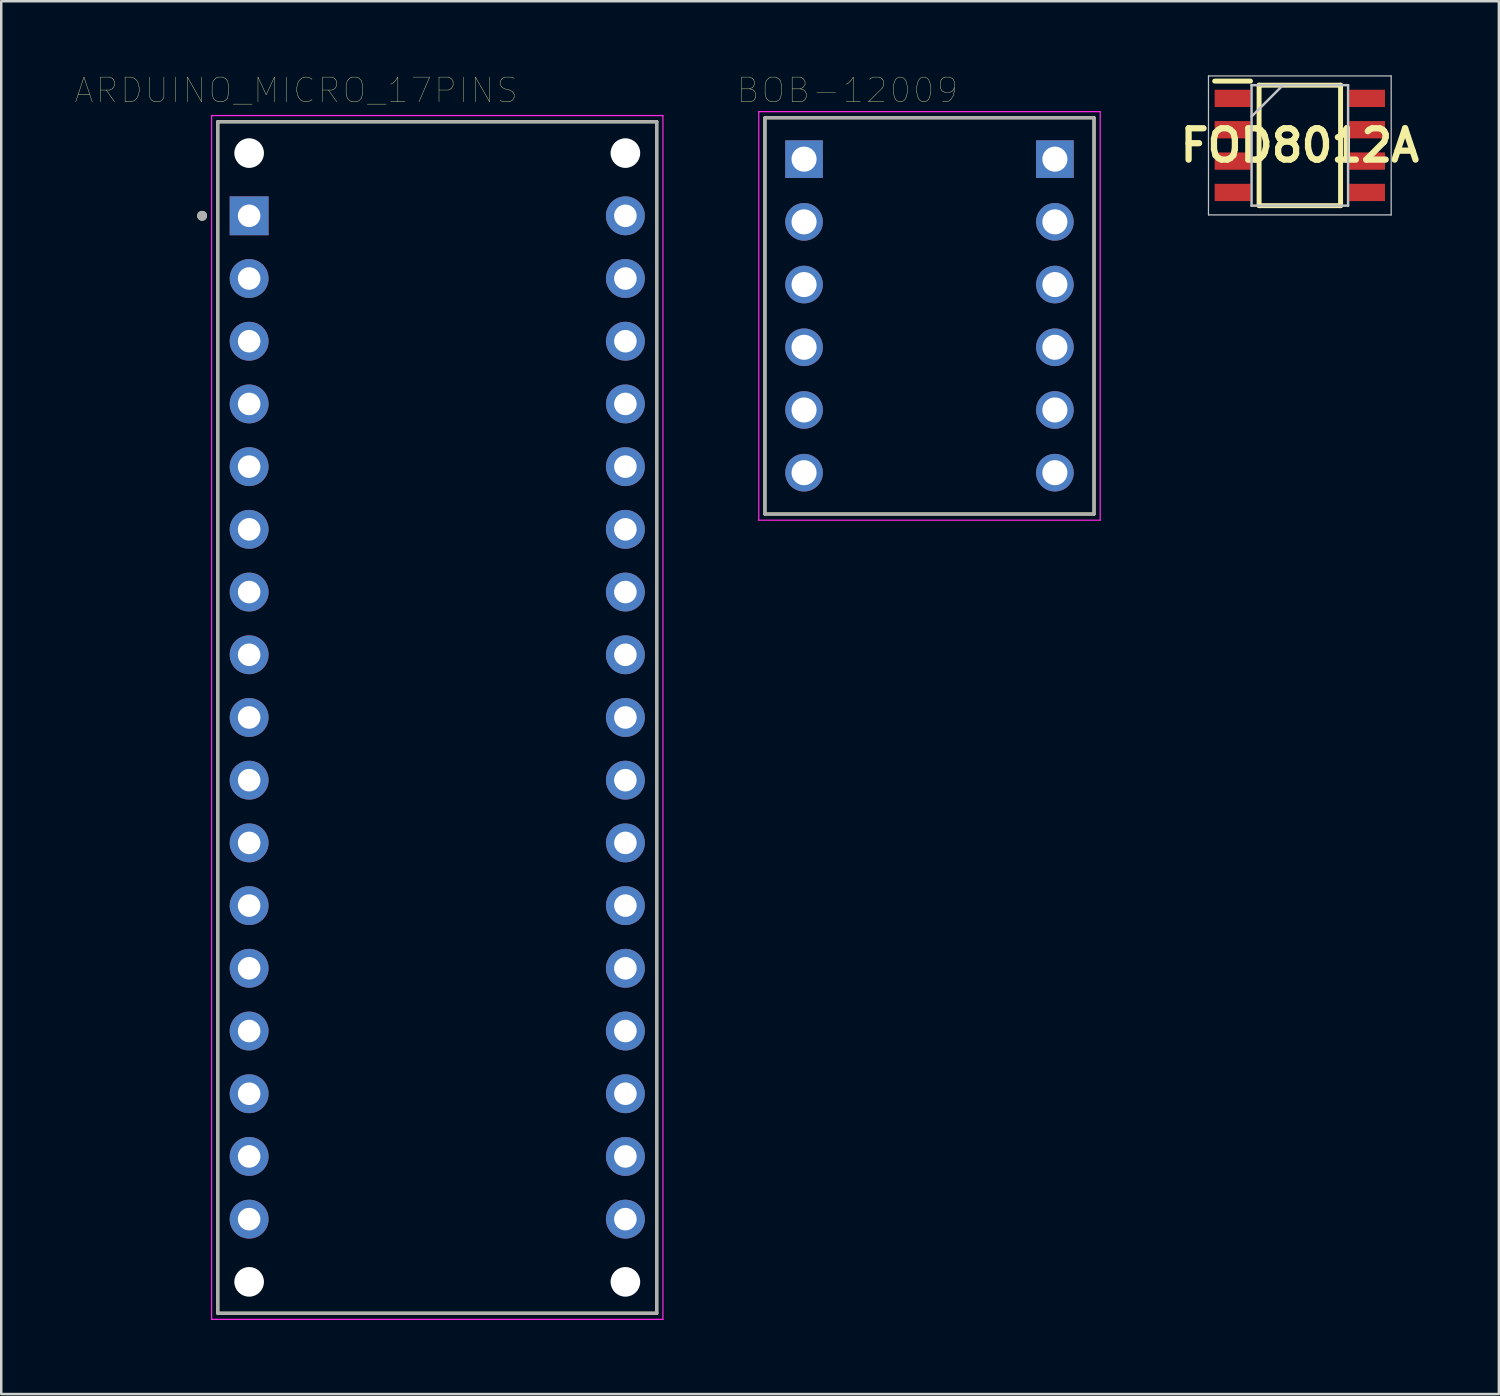
<source format=kicad_pcb>
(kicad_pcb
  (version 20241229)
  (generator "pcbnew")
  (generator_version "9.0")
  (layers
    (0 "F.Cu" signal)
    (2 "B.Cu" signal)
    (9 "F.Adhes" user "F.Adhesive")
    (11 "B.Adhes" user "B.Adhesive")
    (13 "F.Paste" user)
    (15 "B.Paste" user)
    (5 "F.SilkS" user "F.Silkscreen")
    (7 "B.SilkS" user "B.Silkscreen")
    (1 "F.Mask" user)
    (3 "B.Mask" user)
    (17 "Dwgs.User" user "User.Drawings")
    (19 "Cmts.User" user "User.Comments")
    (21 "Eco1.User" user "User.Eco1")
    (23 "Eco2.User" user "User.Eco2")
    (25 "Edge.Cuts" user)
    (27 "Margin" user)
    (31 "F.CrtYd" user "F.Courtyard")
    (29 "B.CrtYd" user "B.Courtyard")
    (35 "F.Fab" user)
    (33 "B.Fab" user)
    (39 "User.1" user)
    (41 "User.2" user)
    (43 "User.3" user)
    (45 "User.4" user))
  (footprint "BOB-12009"
    (layer "F.Cu")
    (at 34.598 9.746)
    (property "Reference" "BOB-12009" (at -3.325 -9.135 0) (layer "F.SilkS") (effects (font (size 1 1) (thickness 0.015))))
    (attr through_hole)
    (fp_line (start -6.665 -8.025) (end 6.665 -8.025) (stroke (width 0.127) (type solid)) (layer "F.SilkS"))
    (fp_line (start -6.665 8.025) (end -6.665 -8.025) (stroke (width 0.127) (type solid)) (layer "F.SilkS"))
    (fp_line (start 6.665 -8.025) (end 6.665 8.025) (stroke (width 0.127) (type solid)) (layer "F.SilkS"))
    (fp_line (start 6.665 8.025) (end -6.665 8.025) (stroke (width 0.127) (type solid)) (layer "F.SilkS"))
    (fp_line (start -6.915 -8.275) (end -6.915 8.275) (stroke (width 0.05) (type solid)) (layer "F.CrtYd"))
    (fp_line (start -6.915 8.275) (end 6.915 8.275) (stroke (width 0.05) (type solid)) (layer "F.CrtYd"))
    (fp_line (start 6.915 -8.275) (end -6.915 -8.275) (stroke (width 0.05) (type solid)) (layer "F.CrtYd"))
    (fp_line (start 6.915 8.275) (end 6.915 -8.275) (stroke (width 0.05) (type solid)) (layer "F.CrtYd"))
    (fp_line (start -6.665 -8.025) (end 6.665 -8.025) (stroke (width 0.127) (type solid)) (layer "F.Fab"))
    (fp_line (start -6.665 8.025) (end -6.665 -8.025) (stroke (width 0.127) (type solid)) (layer "F.Fab"))
    (fp_line (start 6.665 -8.025) (end 6.665 8.025) (stroke (width 0.127) (type solid)) (layer "F.Fab"))
    (fp_line (start 6.665 8.025) (end -6.665 8.025) (stroke (width 0.127) (type solid)) (layer "F.Fab"))
    (pad "GND_1" thru_hole circle (at 5.08 1.27) (size 1.524 1.524) (drill 1.016) (layers "*.Cu" "*.Mask"))
    (pad "GND_2" thru_hole circle (at -5.08 1.27) (size 1.524 1.524) (drill 1.016) (layers "*.Cu" "*.Mask"))
    (pad "HV" thru_hole circle (at 5.08 -1.27) (size 1.524 1.524) (drill 1.016) (layers "*.Cu" "*.Mask"))
    (pad "HV1" thru_hole rect (at 5.08 -6.35) (size 1.524 1.524) (drill 1.016) (layers "*.Cu" "*.Mask"))
    (pad "HV2" thru_hole circle (at 5.08 -3.81) (size 1.524 1.524) (drill 1.016) (layers "*.Cu" "*.Mask"))
    (pad "HV3" thru_hole circle (at 5.08 3.81) (size 1.524 1.524) (drill 1.016) (layers "*.Cu" "*.Mask"))
    (pad "HV4" thru_hole circle (at 5.08 6.35) (size 1.524 1.524) (drill 1.016) (layers "*.Cu" "*.Mask"))
    (pad "LV" thru_hole circle (at -5.08 -1.27) (size 1.524 1.524) (drill 1.016) (layers "*.Cu" "*.Mask"))
    (pad "LV1" thru_hole rect (at -5.08 -6.35) (size 1.524 1.524) (drill 1.016) (layers "*.Cu" "*.Mask"))
    (pad "LV2" thru_hole circle (at -5.08 -3.81) (size 1.524 1.524) (drill 1.016) (layers "*.Cu" "*.Mask"))
    (pad "LV3" thru_hole circle (at -5.08 3.81) (size 1.524 1.524) (drill 1.016) (layers "*.Cu" "*.Mask"))
    (pad "LV4" thru_hole circle (at -5.08 6.35) (size 1.524 1.524) (drill 1.016) (layers "*.Cu" "*.Mask")))
  (footprint "ARDUINO_MICRO_17PINS"
    (layer "F.Cu")
    (at 14.661 26.011)
    (property "Reference" "ARDUINO_MICRO_17PINS" (at -5.715 -25.4 0) (layer "F.SilkS") (effects (font (size 1 1) (thickness 0.015))))
    (attr through_hole)
    (fp_line (start -8.89 -24.13) (end 8.89 -24.13) (stroke (width 0.127) (type solid)) (layer "F.SilkS"))
    (fp_line (start -8.89 24.13) (end -8.89 -24.13) (stroke (width 0.127) (type solid)) (layer "F.SilkS"))
    (fp_line (start -8.89 24.13) (end 8.89 24.13) (stroke (width 0.127) (type solid)) (layer "F.SilkS"))
    (fp_line (start 8.89 24.13) (end 8.89 -24.13) (stroke (width 0.127) (type solid)) (layer "F.SilkS"))
    (fp_circle (center -9.525 -20.32) (end -9.425 -20.32) (stroke (width 0.2) (type solid)) (fill no) (layer "F.SilkS"))
    (fp_line (start -9.14 -24.38) (end 9.14 -24.38) (stroke (width 0.05) (type solid)) (layer "F.CrtYd"))
    (fp_line (start -9.14 24.38) (end -9.14 -24.38) (stroke (width 0.05) (type solid)) (layer "F.CrtYd"))
    (fp_line (start -9.14 24.38) (end 9.14 24.38) (stroke (width 0.05) (type solid)) (layer "F.CrtYd"))
    (fp_line (start 9.14 24.38) (end 9.14 -24.38) (stroke (width 0.05) (type solid)) (layer "F.CrtYd"))
    (fp_line (start -8.89 -24.13) (end 8.89 -24.13) (stroke (width 0.127) (type solid)) (layer "F.Fab"))
    (fp_line (start -8.89 24.13) (end -8.89 -24.13) (stroke (width 0.127) (type solid)) (layer "F.Fab"))
    (fp_line (start -8.89 24.13) (end 8.89 24.13) (stroke (width 0.127) (type solid)) (layer "F.Fab"))
    (fp_line (start 8.89 24.13) (end 8.89 -24.13) (stroke (width 0.127) (type solid)) (layer "F.Fab"))
    (fp_circle (center -9.525 -20.32) (end -9.425 -20.32) (stroke (width 0.2) (type solid)) (fill no) (layer "F.Fab"))
    (pad "" np_thru_hole circle (at -7.62 -22.86) (size 1.2 1.2) (drill 1.2) (layers "*.Cu" "*.Mask"))
    (pad "" np_thru_hole circle (at -7.62 22.86) (size 1.2 1.2) (drill 1.2) (layers "*.Cu" "*.Mask"))
    (pad "" np_thru_hole circle (at 7.62 -22.86) (size 1.2 1.2) (drill 1.2) (layers "*.Cu" "*.Mask"))
    (pad "" np_thru_hole circle (at 7.62 22.86) (size 1.2 1.2) (drill 1.2) (layers "*.Cu" "*.Mask"))
    (pad "1" thru_hole rect (at -7.62 -20.32) (size 1.575 1.575) (drill 0.914) (layers "*.Cu" "*.Mask"))
    (pad "2" thru_hole circle (at -7.62 -17.78) (size 1.575 1.575) (drill 0.914) (layers "*.Cu" "*.Mask"))
    (pad "3" thru_hole circle (at -7.62 -15.24) (size 1.575 1.575) (drill 0.914) (layers "*.Cu" "*.Mask"))
    (pad "4" thru_hole circle (at -7.62 -12.7) (size 1.575 1.575) (drill 0.914) (layers "*.Cu" "*.Mask"))
    (pad "5" thru_hole circle (at -7.62 -10.16) (size 1.575 1.575) (drill 0.914) (layers "*.Cu" "*.Mask"))
    (pad "6" thru_hole circle (at -7.62 -7.62) (size 1.575 1.575) (drill 0.914) (layers "*.Cu" "*.Mask"))
    (pad "7" thru_hole circle (at -7.62 -5.08) (size 1.575 1.575) (drill 0.914) (layers "*.Cu" "*.Mask"))
    (pad "8" thru_hole circle (at -7.62 -2.54) (size 1.575 1.575) (drill 0.914) (layers "*.Cu" "*.Mask"))
    (pad "9" thru_hole circle (at -7.62 0) (size 1.575 1.575) (drill 0.914) (layers "*.Cu" "*.Mask"))
    (pad "10" thru_hole circle (at -7.62 2.54) (size 1.575 1.575) (drill 0.914) (layers "*.Cu" "*.Mask"))
    (pad "11" thru_hole circle (at -7.62 5.08) (size 1.575 1.575) (drill 0.914) (layers "*.Cu" "*.Mask"))
    (pad "12" thru_hole circle (at -7.62 7.62) (size 1.575 1.575) (drill 0.914) (layers "*.Cu" "*.Mask"))
    (pad "13" thru_hole circle (at -7.62 10.16) (size 1.575 1.575) (drill 0.914) (layers "*.Cu" "*.Mask"))
    (pad "14" thru_hole circle (at -7.62 12.7) (size 1.575 1.575) (drill 0.914) (layers "*.Cu" "*.Mask"))
    (pad "15" thru_hole circle (at -7.62 15.24) (size 1.575 1.575) (drill 0.914) (layers "*.Cu" "*.Mask"))
    (pad "16" thru_hole circle (at -7.62 17.78) (size 1.575 1.575) (drill 0.914) (layers "*.Cu" "*.Mask"))
    (pad "17" thru_hole circle (at -7.62 20.32) (size 1.575 1.575) (drill 0.914) (layers "*.Cu" "*.Mask"))
    (pad "18" thru_hole circle (at 7.62 20.32) (size 1.575 1.575) (drill 0.914) (layers "*.Cu" "*.Mask"))
    (pad "19" thru_hole circle (at 7.62 17.78) (size 1.575 1.575) (drill 0.914) (layers "*.Cu" "*.Mask"))
    (pad "20" thru_hole circle (at 7.62 15.24) (size 1.575 1.575) (drill 0.914) (layers "*.Cu" "*.Mask"))
    (pad "21" thru_hole circle (at 7.62 12.7) (size 1.575 1.575) (drill 0.914) (layers "*.Cu" "*.Mask"))
    (pad "22" thru_hole circle (at 7.62 10.16) (size 1.575 1.575) (drill 0.914) (layers "*.Cu" "*.Mask"))
    (pad "23" thru_hole circle (at 7.62 7.62) (size 1.575 1.575) (drill 0.914) (layers "*.Cu" "*.Mask"))
    (pad "24" thru_hole circle (at 7.62 5.08) (size 1.575 1.575) (drill 0.914) (layers "*.Cu" "*.Mask"))
    (pad "25" thru_hole circle (at 7.62 2.54) (size 1.575 1.575) (drill 0.914) (layers "*.Cu" "*.Mask"))
    (pad "26" thru_hole circle (at 7.62 0) (size 1.575 1.575) (drill 0.914) (layers "*.Cu" "*.Mask"))
    (pad "27" thru_hole circle (at 7.62 -2.54) (size 1.575 1.575) (drill 0.914) (layers "*.Cu" "*.Mask"))
    (pad "28" thru_hole circle (at 7.62 -5.08) (size 1.575 1.575) (drill 0.914) (layers "*.Cu" "*.Mask"))
    (pad "29" thru_hole circle (at 7.62 -7.62) (size 1.575 1.575) (drill 0.914) (layers "*.Cu" "*.Mask"))
    (pad "30" thru_hole circle (at 7.62 -10.16) (size 1.575 1.575) (drill 0.914) (layers "*.Cu" "*.Mask"))
    (pad "31" thru_hole circle (at 7.62 -12.7) (size 1.575 1.575) (drill 0.914) (layers "*.Cu" "*.Mask"))
    (pad "32" thru_hole circle (at 7.62 -15.24) (size 1.575 1.575) (drill 0.914) (layers "*.Cu" "*.Mask"))
    (pad "33" thru_hole circle (at 7.62 -17.78) (size 1.575 1.575) (drill 0.914) (layers "*.Cu" "*.Mask"))
    (pad "34" thru_hole circle (at 7.62 -20.32) (size 1.575 1.575) (drill 0.914) (layers "*.Cu" "*.Mask")))
  (footprint "FOD8012A"
    (layer "F.Cu")
    (at 49.599 2.84)
    (property "Reference" "FOD8012A" (at 0 0 0) (layer "F.SilkS") (effects (font (size 1.27 1.27) (thickness 0.254))))
    (attr smd)
    (fp_line (start -3.45 -2.605) (end -2 -2.605) (stroke (width 0.2) (type solid)) (layer "F.SilkS"))
    (fp_line (start -1.65 -2.44) (end 1.65 -2.44) (stroke (width 0.2) (type solid)) (layer "F.SilkS"))
    (fp_line (start -1.65 2.44) (end -1.65 -2.44) (stroke (width 0.2) (type solid)) (layer "F.SilkS"))
    (fp_line (start 1.65 -2.44) (end 1.65 2.44) (stroke (width 0.2) (type solid)) (layer "F.SilkS"))
    (fp_line (start 1.65 2.44) (end -1.65 2.44) (stroke (width 0.2) (type solid)) (layer "F.SilkS"))
    (fp_line (start -3.7 -2.815) (end 3.7 -2.815) (stroke (width 0.05) (type solid)) (layer "Dwgs.User"))
    (fp_line (start -3.7 2.815) (end -3.7 -2.815) (stroke (width 0.05) (type solid)) (layer "Dwgs.User"))
    (fp_line (start -1.955 -2.44) (end 1.955 -2.44) (stroke (width 0.1) (type solid)) (layer "Dwgs.User"))
    (fp_line (start -1.955 -1.17) (end -0.685 -2.44) (stroke (width 0.1) (type solid)) (layer "Dwgs.User"))
    (fp_line (start -1.955 2.44) (end -1.955 -2.44) (stroke (width 0.1) (type solid)) (layer "Dwgs.User"))
    (fp_line (start 1.955 -2.44) (end 1.955 2.44) (stroke (width 0.1) (type solid)) (layer "Dwgs.User"))
    (fp_line (start 1.955 2.44) (end -1.955 2.44) (stroke (width 0.1) (type solid)) (layer "Dwgs.User"))
    (fp_line (start 3.7 -2.815) (end 3.7 2.815) (stroke (width 0.05) (type solid)) (layer "Dwgs.User"))
    (fp_line (start 3.7 2.815) (end -3.7 2.815) (stroke (width 0.05) (type solid)) (layer "Dwgs.User"))
    (pad "1" smd rect (at -2.725 -1.905 90) (size 0.7 1.45) (layers "F.Cu" "F.Paste"))
    (pad "2" smd rect (at -2.725 -0.635 90) (size 0.7 1.45) (layers "F.Cu" "F.Paste"))
    (pad "3" smd rect (at -2.725 0.635 90) (size 0.7 1.45) (layers "F.Cu" "F.Paste"))
    (pad "4" smd rect (at -2.725 1.905 90) (size 0.7 1.45) (layers "F.Cu" "F.Paste"))
    (pad "5" smd rect (at 2.725 1.905 90) (size 0.7 1.45) (layers "F.Cu" "F.Paste"))
    (pad "6" smd rect (at 2.725 0.635 90) (size 0.7 1.45) (layers "F.Cu" "F.Paste"))
    (pad "7" smd rect (at 2.725 -0.635 90) (size 0.7 1.45) (layers "F.Cu" "F.Paste"))
    (pad "8" smd rect (at 2.725 -1.905 90) (size 0.7 1.45) (layers "F.Cu" "F.Paste")))
  (gr_rect
    (start -3 -3)
    (end 57.661 53.416)
    (stroke (width 0.1) (type default))
    (fill no)
    (layer "Edge.Cuts")))
</source>
